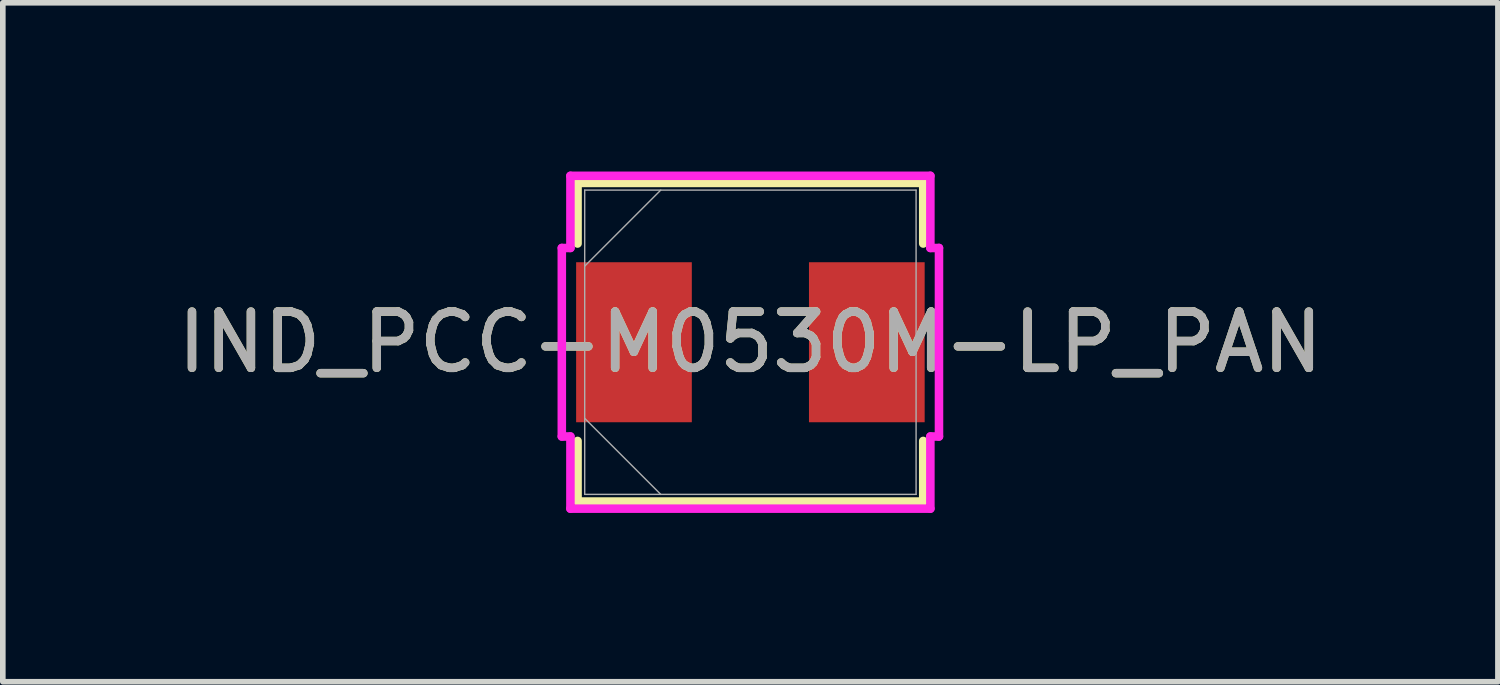
<source format=kicad_pcb>
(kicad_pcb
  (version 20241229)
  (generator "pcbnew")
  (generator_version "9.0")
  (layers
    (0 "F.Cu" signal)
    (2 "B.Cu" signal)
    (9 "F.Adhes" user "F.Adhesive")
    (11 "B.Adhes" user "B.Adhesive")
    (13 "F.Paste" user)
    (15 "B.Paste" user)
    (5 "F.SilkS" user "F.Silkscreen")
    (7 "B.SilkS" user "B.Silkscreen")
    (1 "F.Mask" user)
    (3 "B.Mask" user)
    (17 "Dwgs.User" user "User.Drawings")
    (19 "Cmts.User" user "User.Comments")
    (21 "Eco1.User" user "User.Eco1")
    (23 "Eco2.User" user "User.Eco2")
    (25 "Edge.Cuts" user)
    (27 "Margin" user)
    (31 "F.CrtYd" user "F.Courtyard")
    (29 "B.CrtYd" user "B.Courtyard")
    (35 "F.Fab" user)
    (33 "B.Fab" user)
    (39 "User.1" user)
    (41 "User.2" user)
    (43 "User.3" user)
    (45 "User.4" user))
  (footprint "IND_PCC-M0530M-LP_PAN"
    (layer "F.Cu")
    (at 10.292 3.035)
    (property "Reference" "IND_PCC-M0530M-LP_PAN" (at 0 0 0) (unlocked yes) (layer "F.SilkS") (effects (font (size 1 1) (thickness 0.15))))
    (attr smd)
    (fp_line (start -3.073 -2.832) (end -3.073 -1.755) (stroke (width 0.152) (type solid)) (layer "F.SilkS"))
    (fp_line (start -3.073 1.755) (end -3.073 2.832) (stroke (width 0.152) (type solid)) (layer "F.SilkS"))
    (fp_line (start -3.073 2.832) (end 3.073 2.832) (stroke (width 0.152) (type solid)) (layer "F.SilkS"))
    (fp_line (start 3.073 -2.832) (end -3.073 -2.832) (stroke (width 0.152) (type solid)) (layer "F.SilkS"))
    (fp_line (start 3.073 -1.755) (end 3.073 -2.832) (stroke (width 0.152) (type solid)) (layer "F.SilkS"))
    (fp_line (start 3.073 2.832) (end 3.073 1.755) (stroke (width 0.152) (type solid)) (layer "F.SilkS"))
    (fp_line (start -3.353 -1.676) (end -3.2 -1.676) (stroke (width 0.152) (type solid)) (layer "F.CrtYd"))
    (fp_line (start -3.353 1.676) (end -3.353 -1.676) (stroke (width 0.152) (type solid)) (layer "F.CrtYd"))
    (fp_line (start -3.2 -2.959) (end 3.2 -2.959) (stroke (width 0.152) (type solid)) (layer "F.CrtYd"))
    (fp_line (start -3.2 -1.676) (end -3.2 -2.959) (stroke (width 0.152) (type solid)) (layer "F.CrtYd"))
    (fp_line (start -3.2 1.676) (end -3.353 1.676) (stroke (width 0.152) (type solid)) (layer "F.CrtYd"))
    (fp_line (start -3.2 1.676) (end -3.2 2.959) (stroke (width 0.152) (type solid)) (layer "F.CrtYd"))
    (fp_line (start -3.2 2.959) (end 3.2 2.959) (stroke (width 0.152) (type solid)) (layer "F.CrtYd"))
    (fp_line (start 3.2 -2.959) (end 3.2 -1.676) (stroke (width 0.152) (type solid)) (layer "F.CrtYd"))
    (fp_line (start 3.2 -1.676) (end 3.353 -1.676) (stroke (width 0.152) (type solid)) (layer "F.CrtYd"))
    (fp_line (start 3.2 1.676) (end 3.353 1.676) (stroke (width 0.152) (type solid)) (layer "F.CrtYd"))
    (fp_line (start 3.2 2.959) (end 3.2 1.676) (stroke (width 0.152) (type solid)) (layer "F.CrtYd"))
    (fp_line (start 3.353 -1.676) (end 3.353 1.676) (stroke (width 0.152) (type solid)) (layer "F.CrtYd"))
    (fp_line (start -2.946 -2.705) (end -2.946 2.705) (stroke (width 0.025) (type solid)) (layer "F.Fab"))
    (fp_line (start -2.946 -1.353) (end -1.594 -2.705) (stroke (width 0.025) (type solid)) (layer "F.Fab"))
    (fp_line (start -2.946 1.353) (end -1.594 2.705) (stroke (width 0.025) (type solid)) (layer "F.Fab"))
    (fp_line (start -2.946 2.705) (end 2.946 2.705) (stroke (width 0.025) (type solid)) (layer "F.Fab"))
    (fp_line (start 2.946 -2.705) (end -2.946 -2.705) (stroke (width 0.025) (type solid)) (layer "F.Fab"))
    (fp_line (start 2.946 2.705) (end 2.946 -2.705) (stroke (width 0.025) (type solid)) (layer "F.Fab"))
    (fp_text user "${REFERENCE}" (at 0 0 0) (unlocked yes) (layer "F.Fab") (effects (font (size 1 1) (thickness 0.15))))
    (pad "1" smd rect (at -2.07 0 90) (size 2.845 2.057) (layers "F.Cu" "F.Mask" "F.Paste"))
    (pad "2" smd rect (at 2.07 0 90) (size 2.845 2.057) (layers "F.Cu" "F.Mask" "F.Paste")))
  (gr_rect
    (start -3 -3)
    (end 23.583 9.071)
    (stroke (width 0.1) (type default))
    (fill no)
    (layer "Edge.Cuts")))
</source>
